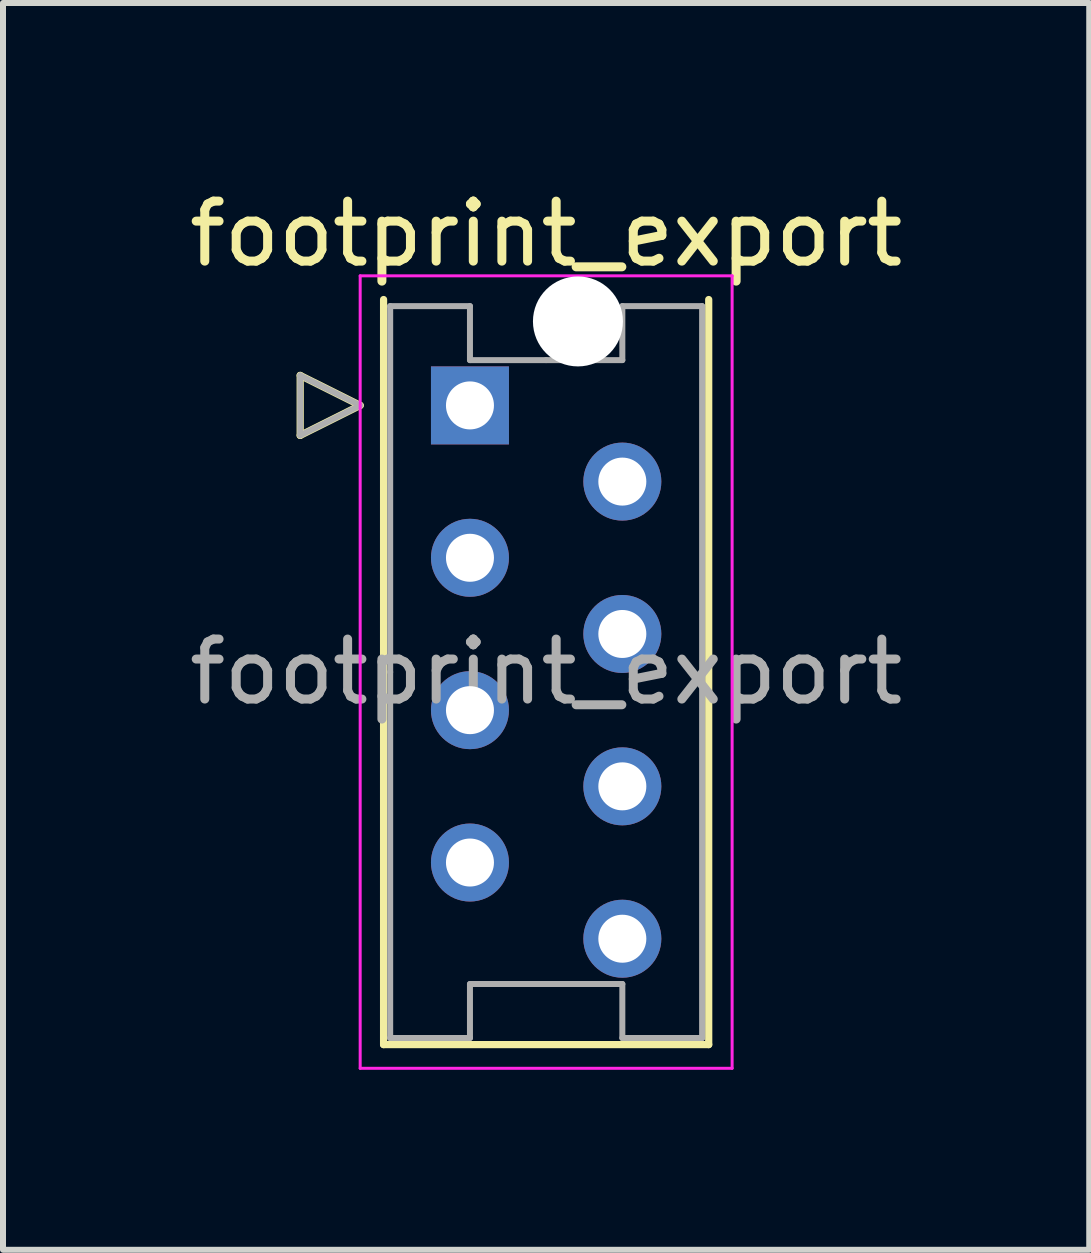
<source format=kicad_pcb>
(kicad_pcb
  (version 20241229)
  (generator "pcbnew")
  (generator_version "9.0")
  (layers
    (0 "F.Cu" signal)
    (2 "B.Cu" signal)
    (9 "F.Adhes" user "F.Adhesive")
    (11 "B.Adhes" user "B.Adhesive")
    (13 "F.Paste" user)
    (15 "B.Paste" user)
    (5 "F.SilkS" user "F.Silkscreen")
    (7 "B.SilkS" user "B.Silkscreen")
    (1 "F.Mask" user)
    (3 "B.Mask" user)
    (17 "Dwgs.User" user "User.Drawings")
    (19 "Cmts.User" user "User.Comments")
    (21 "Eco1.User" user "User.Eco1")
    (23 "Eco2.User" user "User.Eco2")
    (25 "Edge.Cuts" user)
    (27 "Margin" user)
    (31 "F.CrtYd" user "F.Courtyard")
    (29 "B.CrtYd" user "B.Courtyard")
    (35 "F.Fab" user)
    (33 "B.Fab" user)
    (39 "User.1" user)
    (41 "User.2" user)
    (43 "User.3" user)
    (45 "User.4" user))
  (footprint "footprint_export"
    (layer "F.Cu")
    (at 4.784 3.708)
    (property "Reference" "footprint_export" (at 1.27 -2.86 0) (layer "F.SilkS") (effects (font (size 1 1) (thickness 0.15))))
    (attr through_hole)
    (fp_line (start -2.83 -0.5) (end -1.83 0) (stroke (width 0.12) (type solid)) (layer "F.SilkS"))
    (fp_line (start -2.83 0.5) (end -2.83 -0.5) (stroke (width 0.12) (type solid)) (layer "F.SilkS"))
    (fp_line (start -1.83 0) (end -2.83 0.5) (stroke (width 0.12) (type solid)) (layer "F.SilkS"))
    (fp_line (start -1.44 -1.765) (end -1.44 10.655) (stroke (width 0.12) (type solid)) (layer "F.SilkS"))
    (fp_line (start -1.44 10.655) (end 3.98 10.655) (stroke (width 0.12) (type solid)) (layer "F.SilkS"))
    (fp_line (start 3.98 10.655) (end 3.98 -1.765) (stroke (width 0.12) (type solid)) (layer "F.SilkS"))
    (fp_line (start -1.83 -2.16) (end -1.83 11.05) (stroke (width 0.05) (type solid)) (layer "F.CrtYd"))
    (fp_line (start -1.83 11.05) (end 4.37 11.05) (stroke (width 0.05) (type solid)) (layer "F.CrtYd"))
    (fp_line (start 4.37 -2.16) (end -1.83 -2.16) (stroke (width 0.05) (type solid)) (layer "F.CrtYd"))
    (fp_line (start 4.37 11.05) (end 4.37 -2.16) (stroke (width 0.05) (type solid)) (layer "F.CrtYd"))
    (fp_line (start -2.83 -0.5) (end -1.83 0) (stroke (width 0.1) (type solid)) (layer "F.Fab"))
    (fp_line (start -2.83 0.5) (end -2.83 -0.5) (stroke (width 0.1) (type solid)) (layer "F.Fab"))
    (fp_line (start -1.83 0) (end -2.83 0.5) (stroke (width 0.1) (type solid)) (layer "F.Fab"))
    (fp_line (start -1.33 -1.655) (end -1.33 4.445) (stroke (width 0.1) (type solid)) (layer "F.Fab"))
    (fp_line (start -1.33 10.545) (end -1.33 4.445) (stroke (width 0.1) (type solid)) (layer "F.Fab"))
    (fp_line (start 0 -1.655) (end -1.33 -1.655) (stroke (width 0.1) (type solid)) (layer "F.Fab"))
    (fp_line (start 0 -0.755) (end 0 -1.655) (stroke (width 0.1) (type solid)) (layer "F.Fab"))
    (fp_line (start 0 9.645) (end 0 10.545) (stroke (width 0.1) (type solid)) (layer "F.Fab"))
    (fp_line (start 0 10.545) (end -1.33 10.545) (stroke (width 0.1) (type solid)) (layer "F.Fab"))
    (fp_line (start 1.27 -0.755) (end 0 -0.755) (stroke (width 0.1) (type solid)) (layer "F.Fab"))
    (fp_line (start 1.27 -0.755) (end 2.54 -0.755) (stroke (width 0.1) (type solid)) (layer "F.Fab"))
    (fp_line (start 1.27 9.645) (end 0 9.645) (stroke (width 0.1) (type solid)) (layer "F.Fab"))
    (fp_line (start 1.27 9.645) (end 2.54 9.645) (stroke (width 0.1) (type solid)) (layer "F.Fab"))
    (fp_line (start 2.54 -1.655) (end 3.87 -1.655) (stroke (width 0.1) (type solid)) (layer "F.Fab"))
    (fp_line (start 2.54 -0.755) (end 2.54 -1.655) (stroke (width 0.1) (type solid)) (layer "F.Fab"))
    (fp_line (start 2.54 9.645) (end 2.54 10.545) (stroke (width 0.1) (type solid)) (layer "F.Fab"))
    (fp_line (start 2.54 10.545) (end 3.87 10.545) (stroke (width 0.1) (type solid)) (layer "F.Fab"))
    (fp_line (start 3.87 -1.655) (end 3.87 4.445) (stroke (width 0.1) (type solid)) (layer "F.Fab"))
    (fp_line (start 3.87 10.545) (end 3.87 4.445) (stroke (width 0.1) (type solid)) (layer "F.Fab"))
    (fp_text user "${REFERENCE}" (at 1.27 4.44 0) (layer "F.Fab") (effects (font (size 1 1) (thickness 0.15))))
    (pad "" np_thru_hole circle (at 1.8 -1.4) (size 1.5 1.5) (drill 1.5) (layers "*.Cu" "*.Mask"))
    (pad "1" thru_hole rect (at 0 0) (size 1.3 1.3) (drill 0.8) (layers "*.Cu" "*.Mask"))
    (pad "2" thru_hole circle (at 2.54 1.27) (size 1.3 1.3) (drill 0.8) (layers "*.Cu" "*.Mask"))
    (pad "3" thru_hole circle (at 0 2.54) (size 1.3 1.3) (drill 0.8) (layers "*.Cu" "*.Mask"))
    (pad "4" thru_hole circle (at 2.54 3.81) (size 1.3 1.3) (drill 0.8) (layers "*.Cu" "*.Mask"))
    (pad "5" thru_hole circle (at 0 5.08) (size 1.3 1.3) (drill 0.8) (layers "*.Cu" "*.Mask"))
    (pad "6" thru_hole circle (at 2.54 6.35) (size 1.3 1.3) (drill 0.8) (layers "*.Cu" "*.Mask"))
    (pad "7" thru_hole circle (at 0 7.62) (size 1.3 1.3) (drill 0.8) (layers "*.Cu" "*.Mask"))
    (pad "8" thru_hole circle (at 2.54 8.89) (size 1.3 1.3) (drill 0.8) (layers "*.Cu" "*.Mask")))
  (gr_rect
    (start -3 -3)
    (end 15.107 17.783)
    (stroke (width 0.1) (type default))
    (fill no)
    (layer "Edge.Cuts")))
</source>
